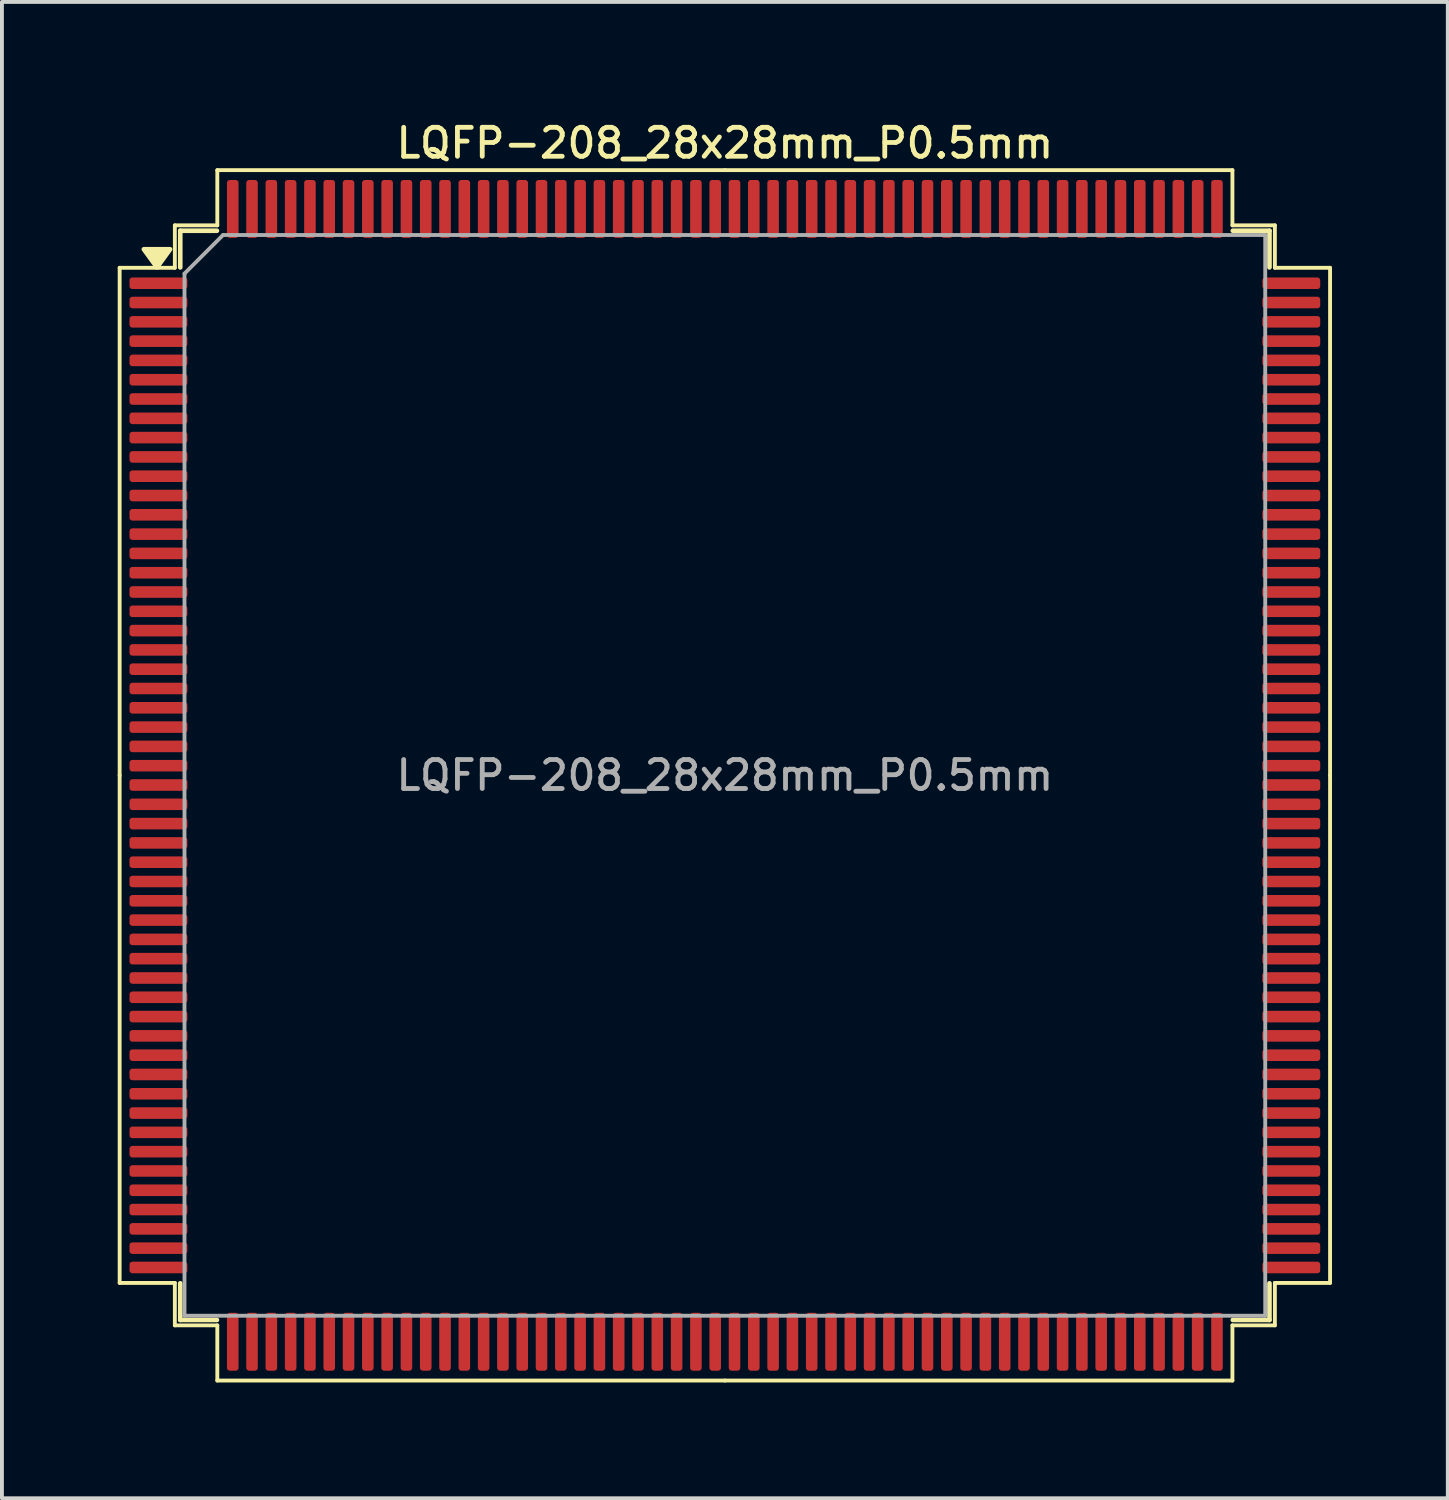
<source format=kicad_pcb>
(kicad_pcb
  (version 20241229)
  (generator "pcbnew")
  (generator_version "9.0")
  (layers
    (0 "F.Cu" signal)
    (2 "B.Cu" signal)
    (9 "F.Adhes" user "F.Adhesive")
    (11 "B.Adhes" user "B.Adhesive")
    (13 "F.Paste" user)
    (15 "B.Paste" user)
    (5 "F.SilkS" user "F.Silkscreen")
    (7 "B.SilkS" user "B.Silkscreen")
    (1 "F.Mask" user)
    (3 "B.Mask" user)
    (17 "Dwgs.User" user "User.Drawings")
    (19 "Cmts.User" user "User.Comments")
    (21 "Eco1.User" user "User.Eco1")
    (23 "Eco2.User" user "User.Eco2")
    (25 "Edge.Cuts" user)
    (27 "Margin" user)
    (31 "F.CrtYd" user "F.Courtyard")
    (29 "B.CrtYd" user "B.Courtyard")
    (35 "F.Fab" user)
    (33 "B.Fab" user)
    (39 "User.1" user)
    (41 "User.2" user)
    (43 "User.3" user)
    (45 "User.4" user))
  (footprint "LQFP-208_28x28mm_P0.5mm"
    (layer "F.Cu")
    (at 15.73 17.038)
    (property "Reference" "LQFP-208_28x28mm_P0.5mm" (at 0 -16.38 0) (layer "F.SilkS") (effects (font (size 0.75 0.75) (thickness 0.125))))
    (attr smd)
    (fp_line (start -15.68 -13.15) (end -15.68 0) (stroke (width 0.1) (type solid)) (layer "F.SilkS"))
    (fp_line (start -15.68 13.15) (end -15.68 0) (stroke (width 0.1) (type solid)) (layer "F.SilkS"))
    (fp_line (start -14.25 -14.25) (end -14.25 -13.15) (stroke (width 0.1) (type solid)) (layer "F.SilkS"))
    (fp_line (start -14.25 -13.15) (end -15.68 -13.15) (stroke (width 0.1) (type solid)) (layer "F.SilkS"))
    (fp_line (start -14.25 13.15) (end -15.68 13.15) (stroke (width 0.1) (type solid)) (layer "F.SilkS"))
    (fp_line (start -14.25 14.25) (end -14.25 13.15) (stroke (width 0.1) (type solid)) (layer "F.SilkS"))
    (fp_line (start -14.11 -14.11) (end -14.11 -13.16) (stroke (width 0.12) (type solid)) (layer "F.SilkS"))
    (fp_line (start -14.11 14.11) (end -14.11 13.16) (stroke (width 0.12) (type solid)) (layer "F.SilkS"))
    (fp_line (start -13.16 -14.11) (end -14.11 -14.11) (stroke (width 0.12) (type solid)) (layer "F.SilkS"))
    (fp_line (start -13.16 14.11) (end -14.11 14.11) (stroke (width 0.12) (type solid)) (layer "F.SilkS"))
    (fp_line (start -13.15 -15.68) (end -13.15 -14.25) (stroke (width 0.1) (type solid)) (layer "F.SilkS"))
    (fp_line (start -13.15 -14.25) (end -14.25 -14.25) (stroke (width 0.1) (type solid)) (layer "F.SilkS"))
    (fp_line (start -13.15 14.25) (end -14.25 14.25) (stroke (width 0.1) (type solid)) (layer "F.SilkS"))
    (fp_line (start -13.15 15.68) (end -13.15 14.25) (stroke (width 0.1) (type solid)) (layer "F.SilkS"))
    (fp_line (start 0 -15.68) (end -13.15 -15.68) (stroke (width 0.1) (type solid)) (layer "F.SilkS"))
    (fp_line (start 0 -15.68) (end 13.15 -15.68) (stroke (width 0.1) (type solid)) (layer "F.SilkS"))
    (fp_line (start 0 15.68) (end -13.15 15.68) (stroke (width 0.1) (type solid)) (layer "F.SilkS"))
    (fp_line (start 0 15.68) (end 13.15 15.68) (stroke (width 0.1) (type solid)) (layer "F.SilkS"))
    (fp_line (start 13.15 -15.68) (end 13.15 -14.25) (stroke (width 0.1) (type solid)) (layer "F.SilkS"))
    (fp_line (start 13.15 -14.25) (end 14.25 -14.25) (stroke (width 0.1) (type solid)) (layer "F.SilkS"))
    (fp_line (start 13.15 14.25) (end 14.25 14.25) (stroke (width 0.1) (type solid)) (layer "F.SilkS"))
    (fp_line (start 13.15 15.68) (end 13.15 14.25) (stroke (width 0.1) (type solid)) (layer "F.SilkS"))
    (fp_line (start 13.16 -14.11) (end 14.11 -14.11) (stroke (width 0.12) (type solid)) (layer "F.SilkS"))
    (fp_line (start 13.16 14.11) (end 14.11 14.11) (stroke (width 0.12) (type solid)) (layer "F.SilkS"))
    (fp_line (start 14.11 -14.11) (end 14.11 -13.16) (stroke (width 0.12) (type solid)) (layer "F.SilkS"))
    (fp_line (start 14.11 14.11) (end 14.11 13.16) (stroke (width 0.12) (type solid)) (layer "F.SilkS"))
    (fp_line (start 14.25 -14.25) (end 14.25 -13.15) (stroke (width 0.1) (type solid)) (layer "F.SilkS"))
    (fp_line (start 14.25 -13.15) (end 15.68 -13.15) (stroke (width 0.1) (type solid)) (layer "F.SilkS"))
    (fp_line (start 14.25 13.15) (end 15.68 13.15) (stroke (width 0.1) (type solid)) (layer "F.SilkS"))
    (fp_line (start 14.25 14.25) (end 14.25 13.15) (stroke (width 0.1) (type solid)) (layer "F.SilkS"))
    (fp_line (start 15.68 -13.15) (end 15.68 0) (stroke (width 0.1) (type solid)) (layer "F.SilkS"))
    (fp_line (start 15.68 13.15) (end 15.68 0) (stroke (width 0.1) (type solid)) (layer "F.SilkS"))
    (fp_poly (pts (xy -14.713 -13.16) (xy -15.053 -13.63) (xy -14.373 -13.63) (xy -14.713 -13.16)) (stroke (width 0.12) (type solid)) (fill yes) (layer "F.SilkS"))
    (fp_line (start -14 -13) (end -13 -14) (stroke (width 0.1) (type solid)) (layer "F.Fab"))
    (fp_line (start -14 14) (end -14 -13) (stroke (width 0.1) (type solid)) (layer "F.Fab"))
    (fp_line (start -13 -14) (end 14 -14) (stroke (width 0.1) (type solid)) (layer "F.Fab"))
    (fp_line (start 14 -14) (end 14 14) (stroke (width 0.1) (type solid)) (layer "F.Fab"))
    (fp_line (start 14 14) (end -14 14) (stroke (width 0.1) (type solid)) (layer "F.Fab"))
    (fp_text user "${REFERENCE}" (at 0 0 0) (layer "F.Fab") (effects (font (size 0.75 0.75) (thickness 0.125))))
    (pad "1" smd roundrect (at -14.675 -12.75) (size 1.5 0.3) (layers "F.Cu" "F.Mask" "F.Paste") (roundrect_rratio 0.25))
    (pad "2" smd roundrect (at -14.675 -12.25) (size 1.5 0.3) (layers "F.Cu" "F.Mask" "F.Paste") (roundrect_rratio 0.25))
    (pad "3" smd roundrect (at -14.675 -11.75) (size 1.5 0.3) (layers "F.Cu" "F.Mask" "F.Paste") (roundrect_rratio 0.25))
    (pad "4" smd roundrect (at -14.675 -11.25) (size 1.5 0.3) (layers "F.Cu" "F.Mask" "F.Paste") (roundrect_rratio 0.25))
    (pad "5" smd roundrect (at -14.675 -10.75) (size 1.5 0.3) (layers "F.Cu" "F.Mask" "F.Paste") (roundrect_rratio 0.25))
    (pad "6" smd roundrect (at -14.675 -10.25) (size 1.5 0.3) (layers "F.Cu" "F.Mask" "F.Paste") (roundrect_rratio 0.25))
    (pad "7" smd roundrect (at -14.675 -9.75) (size 1.5 0.3) (layers "F.Cu" "F.Mask" "F.Paste") (roundrect_rratio 0.25))
    (pad "8" smd roundrect (at -14.675 -9.25) (size 1.5 0.3) (layers "F.Cu" "F.Mask" "F.Paste") (roundrect_rratio 0.25))
    (pad "9" smd roundrect (at -14.675 -8.75) (size 1.5 0.3) (layers "F.Cu" "F.Mask" "F.Paste") (roundrect_rratio 0.25))
    (pad "10" smd roundrect (at -14.675 -8.25) (size 1.5 0.3) (layers "F.Cu" "F.Mask" "F.Paste") (roundrect_rratio 0.25))
    (pad "11" smd roundrect (at -14.675 -7.75) (size 1.5 0.3) (layers "F.Cu" "F.Mask" "F.Paste") (roundrect_rratio 0.25))
    (pad "12" smd roundrect (at -14.675 -7.25) (size 1.5 0.3) (layers "F.Cu" "F.Mask" "F.Paste") (roundrect_rratio 0.25))
    (pad "13" smd roundrect (at -14.675 -6.75) (size 1.5 0.3) (layers "F.Cu" "F.Mask" "F.Paste") (roundrect_rratio 0.25))
    (pad "14" smd roundrect (at -14.675 -6.25) (size 1.5 0.3) (layers "F.Cu" "F.Mask" "F.Paste") (roundrect_rratio 0.25))
    (pad "15" smd roundrect (at -14.675 -5.75) (size 1.5 0.3) (layers "F.Cu" "F.Mask" "F.Paste") (roundrect_rratio 0.25))
    (pad "16" smd roundrect (at -14.675 -5.25) (size 1.5 0.3) (layers "F.Cu" "F.Mask" "F.Paste") (roundrect_rratio 0.25))
    (pad "17" smd roundrect (at -14.675 -4.75) (size 1.5 0.3) (layers "F.Cu" "F.Mask" "F.Paste") (roundrect_rratio 0.25))
    (pad "18" smd roundrect (at -14.675 -4.25) (size 1.5 0.3) (layers "F.Cu" "F.Mask" "F.Paste") (roundrect_rratio 0.25))
    (pad "19" smd roundrect (at -14.675 -3.75) (size 1.5 0.3) (layers "F.Cu" "F.Mask" "F.Paste") (roundrect_rratio 0.25))
    (pad "20" smd roundrect (at -14.675 -3.25) (size 1.5 0.3) (layers "F.Cu" "F.Mask" "F.Paste") (roundrect_rratio 0.25))
    (pad "21" smd roundrect (at -14.675 -2.75) (size 1.5 0.3) (layers "F.Cu" "F.Mask" "F.Paste") (roundrect_rratio 0.25))
    (pad "22" smd roundrect (at -14.675 -2.25) (size 1.5 0.3) (layers "F.Cu" "F.Mask" "F.Paste") (roundrect_rratio 0.25))
    (pad "23" smd roundrect (at -14.675 -1.75) (size 1.5 0.3) (layers "F.Cu" "F.Mask" "F.Paste") (roundrect_rratio 0.25))
    (pad "24" smd roundrect (at -14.675 -1.25) (size 1.5 0.3) (layers "F.Cu" "F.Mask" "F.Paste") (roundrect_rratio 0.25))
    (pad "25" smd roundrect (at -14.675 -0.75) (size 1.5 0.3) (layers "F.Cu" "F.Mask" "F.Paste") (roundrect_rratio 0.25))
    (pad "26" smd roundrect (at -14.675 -0.25) (size 1.5 0.3) (layers "F.Cu" "F.Mask" "F.Paste") (roundrect_rratio 0.25))
    (pad "27" smd roundrect (at -14.675 0.25) (size 1.5 0.3) (layers "F.Cu" "F.Mask" "F.Paste") (roundrect_rratio 0.25))
    (pad "28" smd roundrect (at -14.675 0.75) (size 1.5 0.3) (layers "F.Cu" "F.Mask" "F.Paste") (roundrect_rratio 0.25))
    (pad "29" smd roundrect (at -14.675 1.25) (size 1.5 0.3) (layers "F.Cu" "F.Mask" "F.Paste") (roundrect_rratio 0.25))
    (pad "30" smd roundrect (at -14.675 1.75) (size 1.5 0.3) (layers "F.Cu" "F.Mask" "F.Paste") (roundrect_rratio 0.25))
    (pad "31" smd roundrect (at -14.675 2.25) (size 1.5 0.3) (layers "F.Cu" "F.Mask" "F.Paste") (roundrect_rratio 0.25))
    (pad "32" smd roundrect (at -14.675 2.75) (size 1.5 0.3) (layers "F.Cu" "F.Mask" "F.Paste") (roundrect_rratio 0.25))
    (pad "33" smd roundrect (at -14.675 3.25) (size 1.5 0.3) (layers "F.Cu" "F.Mask" "F.Paste") (roundrect_rratio 0.25))
    (pad "34" smd roundrect (at -14.675 3.75) (size 1.5 0.3) (layers "F.Cu" "F.Mask" "F.Paste") (roundrect_rratio 0.25))
    (pad "35" smd roundrect (at -14.675 4.25) (size 1.5 0.3) (layers "F.Cu" "F.Mask" "F.Paste") (roundrect_rratio 0.25))
    (pad "36" smd roundrect (at -14.675 4.75) (size 1.5 0.3) (layers "F.Cu" "F.Mask" "F.Paste") (roundrect_rratio 0.25))
    (pad "37" smd roundrect (at -14.675 5.25) (size 1.5 0.3) (layers "F.Cu" "F.Mask" "F.Paste") (roundrect_rratio 0.25))
    (pad "38" smd roundrect (at -14.675 5.75) (size 1.5 0.3) (layers "F.Cu" "F.Mask" "F.Paste") (roundrect_rratio 0.25))
    (pad "39" smd roundrect (at -14.675 6.25) (size 1.5 0.3) (layers "F.Cu" "F.Mask" "F.Paste") (roundrect_rratio 0.25))
    (pad "40" smd roundrect (at -14.675 6.75) (size 1.5 0.3) (layers "F.Cu" "F.Mask" "F.Paste") (roundrect_rratio 0.25))
    (pad "41" smd roundrect (at -14.675 7.25) (size 1.5 0.3) (layers "F.Cu" "F.Mask" "F.Paste") (roundrect_rratio 0.25))
    (pad "42" smd roundrect (at -14.675 7.75) (size 1.5 0.3) (layers "F.Cu" "F.Mask" "F.Paste") (roundrect_rratio 0.25))
    (pad "43" smd roundrect (at -14.675 8.25) (size 1.5 0.3) (layers "F.Cu" "F.Mask" "F.Paste") (roundrect_rratio 0.25))
    (pad "44" smd roundrect (at -14.675 8.75) (size 1.5 0.3) (layers "F.Cu" "F.Mask" "F.Paste") (roundrect_rratio 0.25))
    (pad "45" smd roundrect (at -14.675 9.25) (size 1.5 0.3) (layers "F.Cu" "F.Mask" "F.Paste") (roundrect_rratio 0.25))
    (pad "46" smd roundrect (at -14.675 9.75) (size 1.5 0.3) (layers "F.Cu" "F.Mask" "F.Paste") (roundrect_rratio 0.25))
    (pad "47" smd roundrect (at -14.675 10.25) (size 1.5 0.3) (layers "F.Cu" "F.Mask" "F.Paste") (roundrect_rratio 0.25))
    (pad "48" smd roundrect (at -14.675 10.75) (size 1.5 0.3) (layers "F.Cu" "F.Mask" "F.Paste") (roundrect_rratio 0.25))
    (pad "49" smd roundrect (at -14.675 11.25) (size 1.5 0.3) (layers "F.Cu" "F.Mask" "F.Paste") (roundrect_rratio 0.25))
    (pad "50" smd roundrect (at -14.675 11.75) (size 1.5 0.3) (layers "F.Cu" "F.Mask" "F.Paste") (roundrect_rratio 0.25))
    (pad "51" smd roundrect (at -14.675 12.25) (size 1.5 0.3) (layers "F.Cu" "F.Mask" "F.Paste") (roundrect_rratio 0.25))
    (pad "52" smd roundrect (at -14.675 12.75) (size 1.5 0.3) (layers "F.Cu" "F.Mask" "F.Paste") (roundrect_rratio 0.25))
    (pad "53" smd roundrect (at -12.75 14.675) (size 0.3 1.5) (layers "F.Cu" "F.Mask" "F.Paste") (roundrect_rratio 0.25))
    (pad "54" smd roundrect (at -12.25 14.675) (size 0.3 1.5) (layers "F.Cu" "F.Mask" "F.Paste") (roundrect_rratio 0.25))
    (pad "55" smd roundrect (at -11.75 14.675) (size 0.3 1.5) (layers "F.Cu" "F.Mask" "F.Paste") (roundrect_rratio 0.25))
    (pad "56" smd roundrect (at -11.25 14.675) (size 0.3 1.5) (layers "F.Cu" "F.Mask" "F.Paste") (roundrect_rratio 0.25))
    (pad "57" smd roundrect (at -10.75 14.675) (size 0.3 1.5) (layers "F.Cu" "F.Mask" "F.Paste") (roundrect_rratio 0.25))
    (pad "58" smd roundrect (at -10.25 14.675) (size 0.3 1.5) (layers "F.Cu" "F.Mask" "F.Paste") (roundrect_rratio 0.25))
    (pad "59" smd roundrect (at -9.75 14.675) (size 0.3 1.5) (layers "F.Cu" "F.Mask" "F.Paste") (roundrect_rratio 0.25))
    (pad "60" smd roundrect (at -9.25 14.675) (size 0.3 1.5) (layers "F.Cu" "F.Mask" "F.Paste") (roundrect_rratio 0.25))
    (pad "61" smd roundrect (at -8.75 14.675) (size 0.3 1.5) (layers "F.Cu" "F.Mask" "F.Paste") (roundrect_rratio 0.25))
    (pad "62" smd roundrect (at -8.25 14.675) (size 0.3 1.5) (layers "F.Cu" "F.Mask" "F.Paste") (roundrect_rratio 0.25))
    (pad "63" smd roundrect (at -7.75 14.675) (size 0.3 1.5) (layers "F.Cu" "F.Mask" "F.Paste") (roundrect_rratio 0.25))
    (pad "64" smd roundrect (at -7.25 14.675) (size 0.3 1.5) (layers "F.Cu" "F.Mask" "F.Paste") (roundrect_rratio 0.25))
    (pad "65" smd roundrect (at -6.75 14.675) (size 0.3 1.5) (layers "F.Cu" "F.Mask" "F.Paste") (roundrect_rratio 0.25))
    (pad "66" smd roundrect (at -6.25 14.675) (size 0.3 1.5) (layers "F.Cu" "F.Mask" "F.Paste") (roundrect_rratio 0.25))
    (pad "67" smd roundrect (at -5.75 14.675) (size 0.3 1.5) (layers "F.Cu" "F.Mask" "F.Paste") (roundrect_rratio 0.25))
    (pad "68" smd roundrect (at -5.25 14.675) (size 0.3 1.5) (layers "F.Cu" "F.Mask" "F.Paste") (roundrect_rratio 0.25))
    (pad "69" smd roundrect (at -4.75 14.675) (size 0.3 1.5) (layers "F.Cu" "F.Mask" "F.Paste") (roundrect_rratio 0.25))
    (pad "70" smd roundrect (at -4.25 14.675) (size 0.3 1.5) (layers "F.Cu" "F.Mask" "F.Paste") (roundrect_rratio 0.25))
    (pad "71" smd roundrect (at -3.75 14.675) (size 0.3 1.5) (layers "F.Cu" "F.Mask" "F.Paste") (roundrect_rratio 0.25))
    (pad "72" smd roundrect (at -3.25 14.675) (size 0.3 1.5) (layers "F.Cu" "F.Mask" "F.Paste") (roundrect_rratio 0.25))
    (pad "73" smd roundrect (at -2.75 14.675) (size 0.3 1.5) (layers "F.Cu" "F.Mask" "F.Paste") (roundrect_rratio 0.25))
    (pad "74" smd roundrect (at -2.25 14.675) (size 0.3 1.5) (layers "F.Cu" "F.Mask" "F.Paste") (roundrect_rratio 0.25))
    (pad "75" smd roundrect (at -1.75 14.675) (size 0.3 1.5) (layers "F.Cu" "F.Mask" "F.Paste") (roundrect_rratio 0.25))
    (pad "76" smd roundrect (at -1.25 14.675) (size 0.3 1.5) (layers "F.Cu" "F.Mask" "F.Paste") (roundrect_rratio 0.25))
    (pad "77" smd roundrect (at -0.75 14.675) (size 0.3 1.5) (layers "F.Cu" "F.Mask" "F.Paste") (roundrect_rratio 0.25))
    (pad "78" smd roundrect (at -0.25 14.675) (size 0.3 1.5) (layers "F.Cu" "F.Mask" "F.Paste") (roundrect_rratio 0.25))
    (pad "79" smd roundrect (at 0.25 14.675) (size 0.3 1.5) (layers "F.Cu" "F.Mask" "F.Paste") (roundrect_rratio 0.25))
    (pad "80" smd roundrect (at 0.75 14.675) (size 0.3 1.5) (layers "F.Cu" "F.Mask" "F.Paste") (roundrect_rratio 0.25))
    (pad "81" smd roundrect (at 1.25 14.675) (size 0.3 1.5) (layers "F.Cu" "F.Mask" "F.Paste") (roundrect_rratio 0.25))
    (pad "82" smd roundrect (at 1.75 14.675) (size 0.3 1.5) (layers "F.Cu" "F.Mask" "F.Paste") (roundrect_rratio 0.25))
    (pad "83" smd roundrect (at 2.25 14.675) (size 0.3 1.5) (layers "F.Cu" "F.Mask" "F.Paste") (roundrect_rratio 0.25))
    (pad "84" smd roundrect (at 2.75 14.675) (size 0.3 1.5) (layers "F.Cu" "F.Mask" "F.Paste") (roundrect_rratio 0.25))
    (pad "85" smd roundrect (at 3.25 14.675) (size 0.3 1.5) (layers "F.Cu" "F.Mask" "F.Paste") (roundrect_rratio 0.25))
    (pad "86" smd roundrect (at 3.75 14.675) (size 0.3 1.5) (layers "F.Cu" "F.Mask" "F.Paste") (roundrect_rratio 0.25))
    (pad "87" smd roundrect (at 4.25 14.675) (size 0.3 1.5) (layers "F.Cu" "F.Mask" "F.Paste") (roundrect_rratio 0.25))
    (pad "88" smd roundrect (at 4.75 14.675) (size 0.3 1.5) (layers "F.Cu" "F.Mask" "F.Paste") (roundrect_rratio 0.25))
    (pad "89" smd roundrect (at 5.25 14.675) (size 0.3 1.5) (layers "F.Cu" "F.Mask" "F.Paste") (roundrect_rratio 0.25))
    (pad "90" smd roundrect (at 5.75 14.675) (size 0.3 1.5) (layers "F.Cu" "F.Mask" "F.Paste") (roundrect_rratio 0.25))
    (pad "91" smd roundrect (at 6.25 14.675) (size 0.3 1.5) (layers "F.Cu" "F.Mask" "F.Paste") (roundrect_rratio 0.25))
    (pad "92" smd roundrect (at 6.75 14.675) (size 0.3 1.5) (layers "F.Cu" "F.Mask" "F.Paste") (roundrect_rratio 0.25))
    (pad "93" smd roundrect (at 7.25 14.675) (size 0.3 1.5) (layers "F.Cu" "F.Mask" "F.Paste") (roundrect_rratio 0.25))
    (pad "94" smd roundrect (at 7.75 14.675) (size 0.3 1.5) (layers "F.Cu" "F.Mask" "F.Paste") (roundrect_rratio 0.25))
    (pad "95" smd roundrect (at 8.25 14.675) (size 0.3 1.5) (layers "F.Cu" "F.Mask" "F.Paste") (roundrect_rratio 0.25))
    (pad "96" smd roundrect (at 8.75 14.675) (size 0.3 1.5) (layers "F.Cu" "F.Mask" "F.Paste") (roundrect_rratio 0.25))
    (pad "97" smd roundrect (at 9.25 14.675) (size 0.3 1.5) (layers "F.Cu" "F.Mask" "F.Paste") (roundrect_rratio 0.25))
    (pad "98" smd roundrect (at 9.75 14.675) (size 0.3 1.5) (layers "F.Cu" "F.Mask" "F.Paste") (roundrect_rratio 0.25))
    (pad "99" smd roundrect (at 10.25 14.675) (size 0.3 1.5) (layers "F.Cu" "F.Mask" "F.Paste") (roundrect_rratio 0.25))
    (pad "100" smd roundrect (at 10.75 14.675) (size 0.3 1.5) (layers "F.Cu" "F.Mask" "F.Paste") (roundrect_rratio 0.25))
    (pad "101" smd roundrect (at 11.25 14.675) (size 0.3 1.5) (layers "F.Cu" "F.Mask" "F.Paste") (roundrect_rratio 0.25))
    (pad "102" smd roundrect (at 11.75 14.675) (size 0.3 1.5) (layers "F.Cu" "F.Mask" "F.Paste") (roundrect_rratio 0.25))
    (pad "103" smd roundrect (at 12.25 14.675) (size 0.3 1.5) (layers "F.Cu" "F.Mask" "F.Paste") (roundrect_rratio 0.25))
    (pad "104" smd roundrect (at 12.75 14.675) (size 0.3 1.5) (layers "F.Cu" "F.Mask" "F.Paste") (roundrect_rratio 0.25))
    (pad "105" smd roundrect (at 14.675 12.75) (size 1.5 0.3) (layers "F.Cu" "F.Mask" "F.Paste") (roundrect_rratio 0.25))
    (pad "106" smd roundrect (at 14.675 12.25) (size 1.5 0.3) (layers "F.Cu" "F.Mask" "F.Paste") (roundrect_rratio 0.25))
    (pad "107" smd roundrect (at 14.675 11.75) (size 1.5 0.3) (layers "F.Cu" "F.Mask" "F.Paste") (roundrect_rratio 0.25))
    (pad "108" smd roundrect (at 14.675 11.25) (size 1.5 0.3) (layers "F.Cu" "F.Mask" "F.Paste") (roundrect_rratio 0.25))
    (pad "109" smd roundrect (at 14.675 10.75) (size 1.5 0.3) (layers "F.Cu" "F.Mask" "F.Paste") (roundrect_rratio 0.25))
    (pad "110" smd roundrect (at 14.675 10.25) (size 1.5 0.3) (layers "F.Cu" "F.Mask" "F.Paste") (roundrect_rratio 0.25))
    (pad "111" smd roundrect (at 14.675 9.75) (size 1.5 0.3) (layers "F.Cu" "F.Mask" "F.Paste") (roundrect_rratio 0.25))
    (pad "112" smd roundrect (at 14.675 9.25) (size 1.5 0.3) (layers "F.Cu" "F.Mask" "F.Paste") (roundrect_rratio 0.25))
    (pad "113" smd roundrect (at 14.675 8.75) (size 1.5 0.3) (layers "F.Cu" "F.Mask" "F.Paste") (roundrect_rratio 0.25))
    (pad "114" smd roundrect (at 14.675 8.25) (size 1.5 0.3) (layers "F.Cu" "F.Mask" "F.Paste") (roundrect_rratio 0.25))
    (pad "115" smd roundrect (at 14.675 7.75) (size 1.5 0.3) (layers "F.Cu" "F.Mask" "F.Paste") (roundrect_rratio 0.25))
    (pad "116" smd roundrect (at 14.675 7.25) (size 1.5 0.3) (layers "F.Cu" "F.Mask" "F.Paste") (roundrect_rratio 0.25))
    (pad "117" smd roundrect (at 14.675 6.75) (size 1.5 0.3) (layers "F.Cu" "F.Mask" "F.Paste") (roundrect_rratio 0.25))
    (pad "118" smd roundrect (at 14.675 6.25) (size 1.5 0.3) (layers "F.Cu" "F.Mask" "F.Paste") (roundrect_rratio 0.25))
    (pad "119" smd roundrect (at 14.675 5.75) (size 1.5 0.3) (layers "F.Cu" "F.Mask" "F.Paste") (roundrect_rratio 0.25))
    (pad "120" smd roundrect (at 14.675 5.25) (size 1.5 0.3) (layers "F.Cu" "F.Mask" "F.Paste") (roundrect_rratio 0.25))
    (pad "121" smd roundrect (at 14.675 4.75) (size 1.5 0.3) (layers "F.Cu" "F.Mask" "F.Paste") (roundrect_rratio 0.25))
    (pad "122" smd roundrect (at 14.675 4.25) (size 1.5 0.3) (layers "F.Cu" "F.Mask" "F.Paste") (roundrect_rratio 0.25))
    (pad "123" smd roundrect (at 14.675 3.75) (size 1.5 0.3) (layers "F.Cu" "F.Mask" "F.Paste") (roundrect_rratio 0.25))
    (pad "124" smd roundrect (at 14.675 3.25) (size 1.5 0.3) (layers "F.Cu" "F.Mask" "F.Paste") (roundrect_rratio 0.25))
    (pad "125" smd roundrect (at 14.675 2.75) (size 1.5 0.3) (layers "F.Cu" "F.Mask" "F.Paste") (roundrect_rratio 0.25))
    (pad "126" smd roundrect (at 14.675 2.25) (size 1.5 0.3) (layers "F.Cu" "F.Mask" "F.Paste") (roundrect_rratio 0.25))
    (pad "127" smd roundrect (at 14.675 1.75) (size 1.5 0.3) (layers "F.Cu" "F.Mask" "F.Paste") (roundrect_rratio 0.25))
    (pad "128" smd roundrect (at 14.675 1.25) (size 1.5 0.3) (layers "F.Cu" "F.Mask" "F.Paste") (roundrect_rratio 0.25))
    (pad "129" smd roundrect (at 14.675 0.75) (size 1.5 0.3) (layers "F.Cu" "F.Mask" "F.Paste") (roundrect_rratio 0.25))
    (pad "130" smd roundrect (at 14.675 0.25) (size 1.5 0.3) (layers "F.Cu" "F.Mask" "F.Paste") (roundrect_rratio 0.25))
    (pad "131" smd roundrect (at 14.675 -0.25) (size 1.5 0.3) (layers "F.Cu" "F.Mask" "F.Paste") (roundrect_rratio 0.25))
    (pad "132" smd roundrect (at 14.675 -0.75) (size 1.5 0.3) (layers "F.Cu" "F.Mask" "F.Paste") (roundrect_rratio 0.25))
    (pad "133" smd roundrect (at 14.675 -1.25) (size 1.5 0.3) (layers "F.Cu" "F.Mask" "F.Paste") (roundrect_rratio 0.25))
    (pad "134" smd roundrect (at 14.675 -1.75) (size 1.5 0.3) (layers "F.Cu" "F.Mask" "F.Paste") (roundrect_rratio 0.25))
    (pad "135" smd roundrect (at 14.675 -2.25) (size 1.5 0.3) (layers "F.Cu" "F.Mask" "F.Paste") (roundrect_rratio 0.25))
    (pad "136" smd roundrect (at 14.675 -2.75) (size 1.5 0.3) (layers "F.Cu" "F.Mask" "F.Paste") (roundrect_rratio 0.25))
    (pad "137" smd roundrect (at 14.675 -3.25) (size 1.5 0.3) (layers "F.Cu" "F.Mask" "F.Paste") (roundrect_rratio 0.25))
    (pad "138" smd roundrect (at 14.675 -3.75) (size 1.5 0.3) (layers "F.Cu" "F.Mask" "F.Paste") (roundrect_rratio 0.25))
    (pad "139" smd roundrect (at 14.675 -4.25) (size 1.5 0.3) (layers "F.Cu" "F.Mask" "F.Paste") (roundrect_rratio 0.25))
    (pad "140" smd roundrect (at 14.675 -4.75) (size 1.5 0.3) (layers "F.Cu" "F.Mask" "F.Paste") (roundrect_rratio 0.25))
    (pad "141" smd roundrect (at 14.675 -5.25) (size 1.5 0.3) (layers "F.Cu" "F.Mask" "F.Paste") (roundrect_rratio 0.25))
    (pad "142" smd roundrect (at 14.675 -5.75) (size 1.5 0.3) (layers "F.Cu" "F.Mask" "F.Paste") (roundrect_rratio 0.25))
    (pad "143" smd roundrect (at 14.675 -6.25) (size 1.5 0.3) (layers "F.Cu" "F.Mask" "F.Paste") (roundrect_rratio 0.25))
    (pad "144" smd roundrect (at 14.675 -6.75) (size 1.5 0.3) (layers "F.Cu" "F.Mask" "F.Paste") (roundrect_rratio 0.25))
    (pad "145" smd roundrect (at 14.675 -7.25) (size 1.5 0.3) (layers "F.Cu" "F.Mask" "F.Paste") (roundrect_rratio 0.25))
    (pad "146" smd roundrect (at 14.675 -7.75) (size 1.5 0.3) (layers "F.Cu" "F.Mask" "F.Paste") (roundrect_rratio 0.25))
    (pad "147" smd roundrect (at 14.675 -8.25) (size 1.5 0.3) (layers "F.Cu" "F.Mask" "F.Paste") (roundrect_rratio 0.25))
    (pad "148" smd roundrect (at 14.675 -8.75) (size 1.5 0.3) (layers "F.Cu" "F.Mask" "F.Paste") (roundrect_rratio 0.25))
    (pad "149" smd roundrect (at 14.675 -9.25) (size 1.5 0.3) (layers "F.Cu" "F.Mask" "F.Paste") (roundrect_rratio 0.25))
    (pad "150" smd roundrect (at 14.675 -9.75) (size 1.5 0.3) (layers "F.Cu" "F.Mask" "F.Paste") (roundrect_rratio 0.25))
    (pad "151" smd roundrect (at 14.675 -10.25) (size 1.5 0.3) (layers "F.Cu" "F.Mask" "F.Paste") (roundrect_rratio 0.25))
    (pad "152" smd roundrect (at 14.675 -10.75) (size 1.5 0.3) (layers "F.Cu" "F.Mask" "F.Paste") (roundrect_rratio 0.25))
    (pad "153" smd roundrect (at 14.675 -11.25) (size 1.5 0.3) (layers "F.Cu" "F.Mask" "F.Paste") (roundrect_rratio 0.25))
    (pad "154" smd roundrect (at 14.675 -11.75) (size 1.5 0.3) (layers "F.Cu" "F.Mask" "F.Paste") (roundrect_rratio 0.25))
    (pad "155" smd roundrect (at 14.675 -12.25) (size 1.5 0.3) (layers "F.Cu" "F.Mask" "F.Paste") (roundrect_rratio 0.25))
    (pad "156" smd roundrect (at 14.675 -12.75) (size 1.5 0.3) (layers "F.Cu" "F.Mask" "F.Paste") (roundrect_rratio 0.25))
    (pad "157" smd roundrect (at 12.75 -14.675) (size 0.3 1.5) (layers "F.Cu" "F.Mask" "F.Paste") (roundrect_rratio 0.25))
    (pad "158" smd roundrect (at 12.25 -14.675) (size 0.3 1.5) (layers "F.Cu" "F.Mask" "F.Paste") (roundrect_rratio 0.25))
    (pad "159" smd roundrect (at 11.75 -14.675) (size 0.3 1.5) (layers "F.Cu" "F.Mask" "F.Paste") (roundrect_rratio 0.25))
    (pad "160" smd roundrect (at 11.25 -14.675) (size 0.3 1.5) (layers "F.Cu" "F.Mask" "F.Paste") (roundrect_rratio 0.25))
    (pad "161" smd roundrect (at 10.75 -14.675) (size 0.3 1.5) (layers "F.Cu" "F.Mask" "F.Paste") (roundrect_rratio 0.25))
    (pad "162" smd roundrect (at 10.25 -14.675) (size 0.3 1.5) (layers "F.Cu" "F.Mask" "F.Paste") (roundrect_rratio 0.25))
    (pad "163" smd roundrect (at 9.75 -14.675) (size 0.3 1.5) (layers "F.Cu" "F.Mask" "F.Paste") (roundrect_rratio 0.25))
    (pad "164" smd roundrect (at 9.25 -14.675) (size 0.3 1.5) (layers "F.Cu" "F.Mask" "F.Paste") (roundrect_rratio 0.25))
    (pad "165" smd roundrect (at 8.75 -14.675) (size 0.3 1.5) (layers "F.Cu" "F.Mask" "F.Paste") (roundrect_rratio 0.25))
    (pad "166" smd roundrect (at 8.25 -14.675) (size 0.3 1.5) (layers "F.Cu" "F.Mask" "F.Paste") (roundrect_rratio 0.25))
    (pad "167" smd roundrect (at 7.75 -14.675) (size 0.3 1.5) (layers "F.Cu" "F.Mask" "F.Paste") (roundrect_rratio 0.25))
    (pad "168" smd roundrect (at 7.25 -14.675) (size 0.3 1.5) (layers "F.Cu" "F.Mask" "F.Paste") (roundrect_rratio 0.25))
    (pad "169" smd roundrect (at 6.75 -14.675) (size 0.3 1.5) (layers "F.Cu" "F.Mask" "F.Paste") (roundrect_rratio 0.25))
    (pad "170" smd roundrect (at 6.25 -14.675) (size 0.3 1.5) (layers "F.Cu" "F.Mask" "F.Paste") (roundrect_rratio 0.25))
    (pad "171" smd roundrect (at 5.75 -14.675) (size 0.3 1.5) (layers "F.Cu" "F.Mask" "F.Paste") (roundrect_rratio 0.25))
    (pad "172" smd roundrect (at 5.25 -14.675) (size 0.3 1.5) (layers "F.Cu" "F.Mask" "F.Paste") (roundrect_rratio 0.25))
    (pad "173" smd roundrect (at 4.75 -14.675) (size 0.3 1.5) (layers "F.Cu" "F.Mask" "F.Paste") (roundrect_rratio 0.25))
    (pad "174" smd roundrect (at 4.25 -14.675) (size 0.3 1.5) (layers "F.Cu" "F.Mask" "F.Paste") (roundrect_rratio 0.25))
    (pad "175" smd roundrect (at 3.75 -14.675) (size 0.3 1.5) (layers "F.Cu" "F.Mask" "F.Paste") (roundrect_rratio 0.25))
    (pad "176" smd roundrect (at 3.25 -14.675) (size 0.3 1.5) (layers "F.Cu" "F.Mask" "F.Paste") (roundrect_rratio 0.25))
    (pad "177" smd roundrect (at 2.75 -14.675) (size 0.3 1.5) (layers "F.Cu" "F.Mask" "F.Paste") (roundrect_rratio 0.25))
    (pad "178" smd roundrect (at 2.25 -14.675) (size 0.3 1.5) (layers "F.Cu" "F.Mask" "F.Paste") (roundrect_rratio 0.25))
    (pad "179" smd roundrect (at 1.75 -14.675) (size 0.3 1.5) (layers "F.Cu" "F.Mask" "F.Paste") (roundrect_rratio 0.25))
    (pad "180" smd roundrect (at 1.25 -14.675) (size 0.3 1.5) (layers "F.Cu" "F.Mask" "F.Paste") (roundrect_rratio 0.25))
    (pad "181" smd roundrect (at 0.75 -14.675) (size 0.3 1.5) (layers "F.Cu" "F.Mask" "F.Paste") (roundrect_rratio 0.25))
    (pad "182" smd roundrect (at 0.25 -14.675) (size 0.3 1.5) (layers "F.Cu" "F.Mask" "F.Paste") (roundrect_rratio 0.25))
    (pad "183" smd roundrect (at -0.25 -14.675) (size 0.3 1.5) (layers "F.Cu" "F.Mask" "F.Paste") (roundrect_rratio 0.25))
    (pad "184" smd roundrect (at -0.75 -14.675) (size 0.3 1.5) (layers "F.Cu" "F.Mask" "F.Paste") (roundrect_rratio 0.25))
    (pad "185" smd roundrect (at -1.25 -14.675) (size 0.3 1.5) (layers "F.Cu" "F.Mask" "F.Paste") (roundrect_rratio 0.25))
    (pad "186" smd roundrect (at -1.75 -14.675) (size 0.3 1.5) (layers "F.Cu" "F.Mask" "F.Paste") (roundrect_rratio 0.25))
    (pad "187" smd roundrect (at -2.25 -14.675) (size 0.3 1.5) (layers "F.Cu" "F.Mask" "F.Paste") (roundrect_rratio 0.25))
    (pad "188" smd roundrect (at -2.75 -14.675) (size 0.3 1.5) (layers "F.Cu" "F.Mask" "F.Paste") (roundrect_rratio 0.25))
    (pad "189" smd roundrect (at -3.25 -14.675) (size 0.3 1.5) (layers "F.Cu" "F.Mask" "F.Paste") (roundrect_rratio 0.25))
    (pad "190" smd roundrect (at -3.75 -14.675) (size 0.3 1.5) (layers "F.Cu" "F.Mask" "F.Paste") (roundrect_rratio 0.25))
    (pad "191" smd roundrect (at -4.25 -14.675) (size 0.3 1.5) (layers "F.Cu" "F.Mask" "F.Paste") (roundrect_rratio 0.25))
    (pad "192" smd roundrect (at -4.75 -14.675) (size 0.3 1.5) (layers "F.Cu" "F.Mask" "F.Paste") (roundrect_rratio 0.25))
    (pad "193" smd roundrect (at -5.25 -14.675) (size 0.3 1.5) (layers "F.Cu" "F.Mask" "F.Paste") (roundrect_rratio 0.25))
    (pad "194" smd roundrect (at -5.75 -14.675) (size 0.3 1.5) (layers "F.Cu" "F.Mask" "F.Paste") (roundrect_rratio 0.25))
    (pad "195" smd roundrect (at -6.25 -14.675) (size 0.3 1.5) (layers "F.Cu" "F.Mask" "F.Paste") (roundrect_rratio 0.25))
    (pad "196" smd roundrect (at -6.75 -14.675) (size 0.3 1.5) (layers "F.Cu" "F.Mask" "F.Paste") (roundrect_rratio 0.25))
    (pad "197" smd roundrect (at -7.25 -14.675) (size 0.3 1.5) (layers "F.Cu" "F.Mask" "F.Paste") (roundrect_rratio 0.25))
    (pad "198" smd roundrect (at -7.75 -14.675) (size 0.3 1.5) (layers "F.Cu" "F.Mask" "F.Paste") (roundrect_rratio 0.25))
    (pad "199" smd roundrect (at -8.25 -14.675) (size 0.3 1.5) (layers "F.Cu" "F.Mask" "F.Paste") (roundrect_rratio 0.25))
    (pad "200" smd roundrect (at -8.75 -14.675) (size 0.3 1.5) (layers "F.Cu" "F.Mask" "F.Paste") (roundrect_rratio 0.25))
    (pad "201" smd roundrect (at -9.25 -14.675) (size 0.3 1.5) (layers "F.Cu" "F.Mask" "F.Paste") (roundrect_rratio 0.25))
    (pad "202" smd roundrect (at -9.75 -14.675) (size 0.3 1.5) (layers "F.Cu" "F.Mask" "F.Paste") (roundrect_rratio 0.25))
    (pad "203" smd roundrect (at -10.25 -14.675) (size 0.3 1.5) (layers "F.Cu" "F.Mask" "F.Paste") (roundrect_rratio 0.25))
    (pad "204" smd roundrect (at -10.75 -14.675) (size 0.3 1.5) (layers "F.Cu" "F.Mask" "F.Paste") (roundrect_rratio 0.25))
    (pad "205" smd roundrect (at -11.25 -14.675) (size 0.3 1.5) (layers "F.Cu" "F.Mask" "F.Paste") (roundrect_rratio 0.25))
    (pad "206" smd roundrect (at -11.75 -14.675) (size 0.3 1.5) (layers "F.Cu" "F.Mask" "F.Paste") (roundrect_rratio 0.25))
    (pad "207" smd roundrect (at -12.25 -14.675) (size 0.3 1.5) (layers "F.Cu" "F.Mask" "F.Paste") (roundrect_rratio 0.25))
    (pad "208" smd roundrect (at -12.75 -14.675) (size 0.3 1.5) (layers "F.Cu" "F.Mask" "F.Paste") (roundrect_rratio 0.25)))
  (gr_rect
    (start -3 -3)
    (end 34.46 35.768)
    (stroke (width 0.1) (type default))
    (fill no)
    (layer "Edge.Cuts")))
</source>
